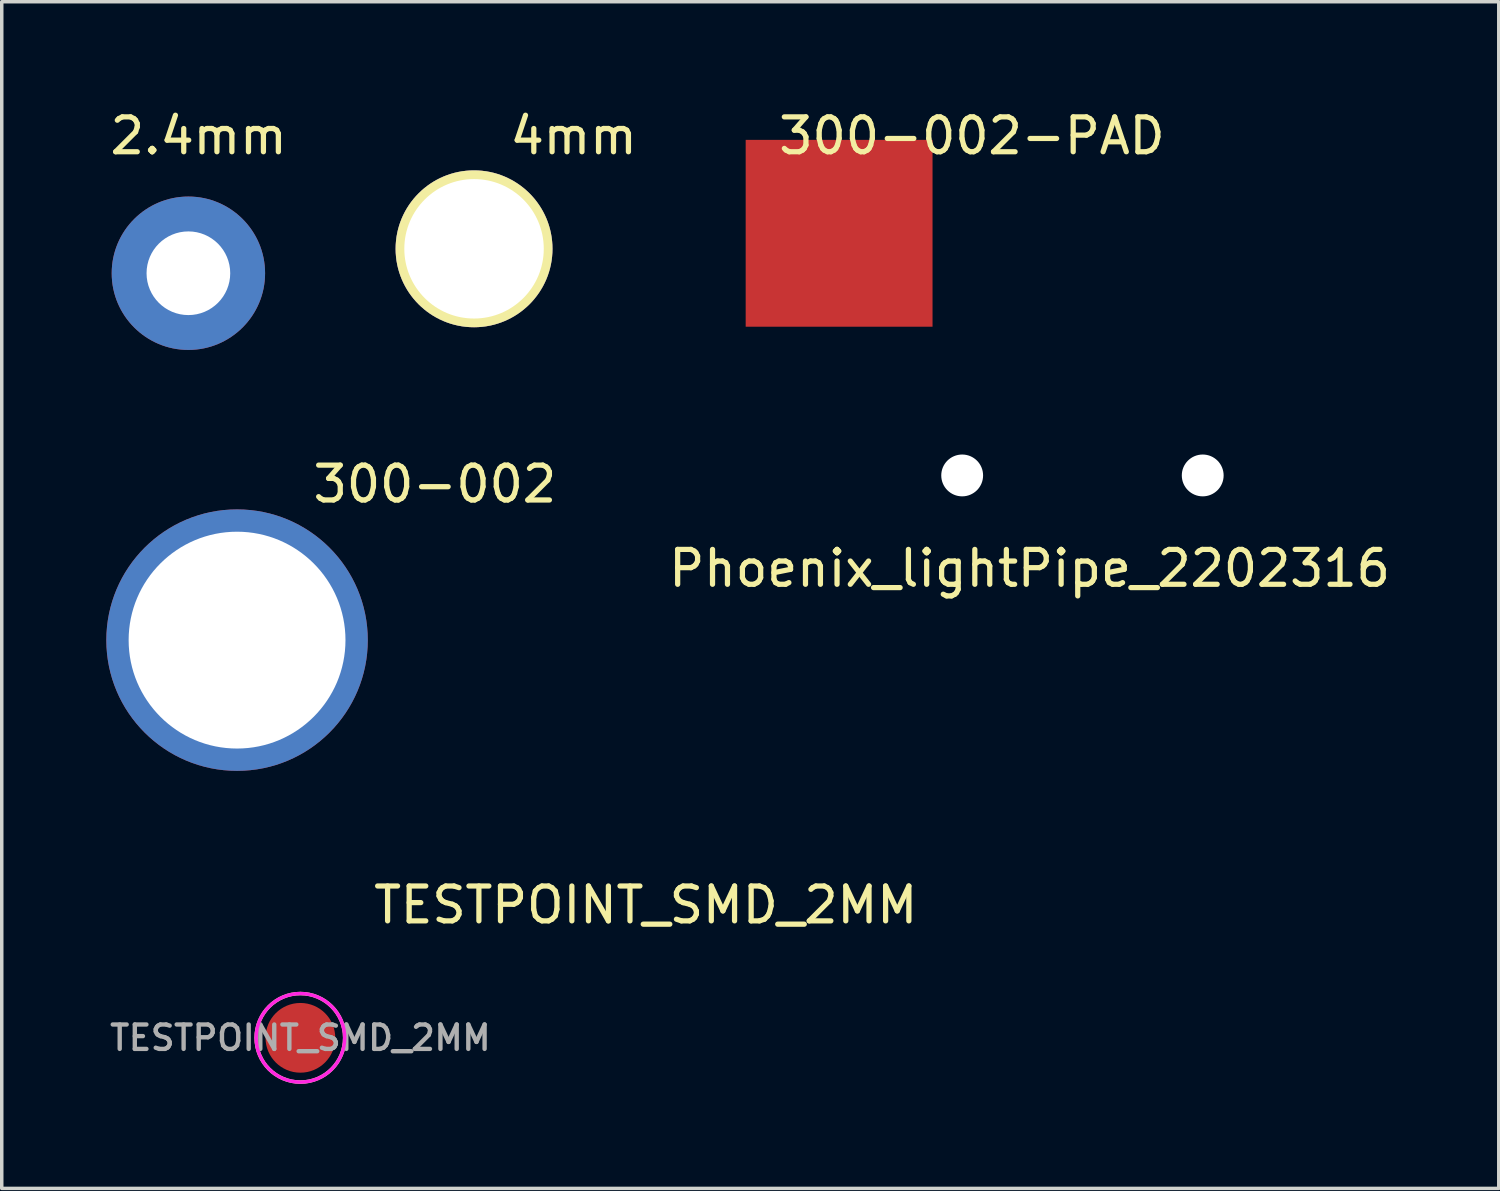
<source format=kicad_pcb>
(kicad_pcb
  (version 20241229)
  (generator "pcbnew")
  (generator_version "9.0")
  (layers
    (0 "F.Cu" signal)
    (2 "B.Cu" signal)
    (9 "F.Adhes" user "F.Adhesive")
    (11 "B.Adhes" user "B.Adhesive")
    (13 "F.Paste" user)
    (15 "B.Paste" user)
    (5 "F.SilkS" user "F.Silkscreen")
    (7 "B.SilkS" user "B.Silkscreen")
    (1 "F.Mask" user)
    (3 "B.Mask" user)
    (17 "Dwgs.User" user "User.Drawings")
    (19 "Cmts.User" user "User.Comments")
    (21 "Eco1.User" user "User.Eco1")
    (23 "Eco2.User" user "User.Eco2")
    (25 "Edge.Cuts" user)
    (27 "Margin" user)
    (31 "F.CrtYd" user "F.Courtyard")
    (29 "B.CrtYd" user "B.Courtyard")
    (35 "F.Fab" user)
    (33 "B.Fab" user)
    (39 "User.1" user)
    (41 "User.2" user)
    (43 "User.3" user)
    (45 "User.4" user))
  (footprint "4mm"
    (layer "F.Cu")
    (at 10.548 4.087)
    (property "Reference" "4mm" (at 2.857 -3.239 0) (layer "F.SilkS") (effects (font (size 1 1) (thickness 0.15))))
    (attr through_hole)
    (pad "1" thru_hole circle (at 0 0) (size 4.5 4.5) (drill 4) (layers "*.Cu" "*.Mask" "F.SilkS")))
  (footprint "2.4mm"
    (layer "F.Cu")
    (at 2.354 4.788)
    (property "Reference" "2.4mm" (at 0.295 -3.94 0) (layer "F.SilkS") (effects (font (size 1 1) (thickness 0.15))))
    (attr through_hole)
    (pad "1" thru_hole circle (at 0 0) (size 4.4 4.4) (drill 2.4) (layers "*.Cu" "*.Mask")))
  (footprint "TESTPOINT_SMD_2MM"
    (layer "F.Cu")
    (at 5.567 26.72)
    (property "Reference" "TESTPOINT_SMD_2MM" (at 9.906 -3.81 0) (layer "F.SilkS") (effects (font (size 1 1) (thickness 0.15))))
    (attr through_hole)
    (fp_circle (center 0 0) (end 1.27 0) (stroke (width 0.1) (type solid)) (fill no) (layer "F.SilkS"))
    (fp_circle (center 0 0) (end 0.762 1.016) (stroke (width 0.1) (type solid)) (fill no) (layer "F.CrtYd"))
    (fp_text user "${REFERENCE}" (at 0 0 0) (layer "F.Fab") (effects (font (size 0.7 0.7) (thickness 0.125))))
    (pad "1" smd circle (at 0 0) (size 2 2) (layers "F.Cu" "F.Mask" "F.Paste")))
  (footprint "Phoenix_lightPipe_2202316"
    (layer "F.Cu")
    (at 28 10.588)
    (property "Reference" "Phoenix_lightPipe_2202316" (at -1.516 2.667 0) (layer "F.SilkS") (effects (font (size 1 1) (thickness 0.15))))
    (attr through_hole)
    (pad "" np_thru_hole circle (at -3.45 0) (size 1.2 1.2) (drill 1.2) (layers "*.Cu" "*.Mask"))
    (pad "" np_thru_hole circle (at 3.45 0) (size 1.2 1.2) (drill 1.2) (layers "*.Cu" "*.Mask")))
  (footprint "300-002"
    (layer "F.Cu")
    (at 3.75 15.312)
    (property "Reference" "300-002" (at 5.674 -4.475 0) (layer "F.SilkS") (effects (font (size 1 1) (thickness 0.15))))
    (attr through_hole)
    (pad "1" thru_hole circle (at 0 0) (size 7.5 7.5) (drill 6.22) (layers "*.Cu" "*.Mask")))
  (footprint "300-002-PAD"
    (layer "F.Cu")
    (at 21.02 3.642)
    (property "Reference" "300-002-PAD" (at 3.81 -2.794 0) (layer "F.SilkS") (effects (font (size 1 1) (thickness 0.15))))
    (attr through_hole)
    (pad "1" smd rect (at 0 0) (size 5.36 5.36) (layers "F.Cu" "F.Mask")))
  (gr_rect
    (start -3 -3)
    (end 39.942 31.04)
    (stroke (width 0.1) (type default))
    (fill no)
    (layer "Edge.Cuts")))
</source>
